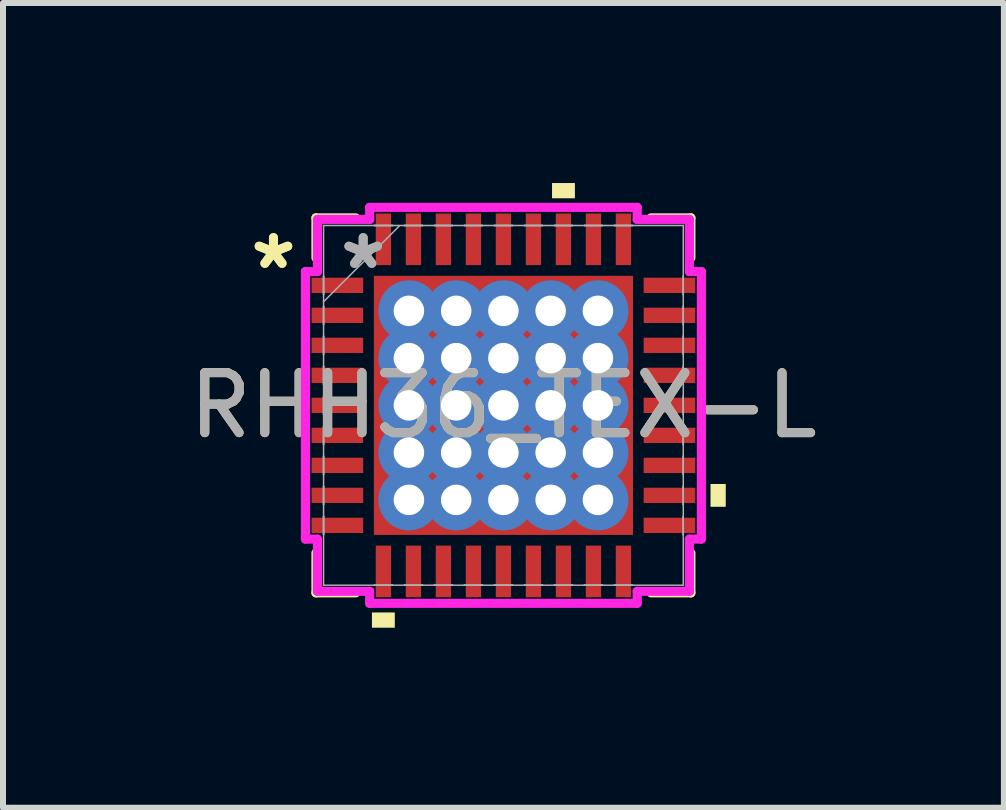
<source format=kicad_pcb>
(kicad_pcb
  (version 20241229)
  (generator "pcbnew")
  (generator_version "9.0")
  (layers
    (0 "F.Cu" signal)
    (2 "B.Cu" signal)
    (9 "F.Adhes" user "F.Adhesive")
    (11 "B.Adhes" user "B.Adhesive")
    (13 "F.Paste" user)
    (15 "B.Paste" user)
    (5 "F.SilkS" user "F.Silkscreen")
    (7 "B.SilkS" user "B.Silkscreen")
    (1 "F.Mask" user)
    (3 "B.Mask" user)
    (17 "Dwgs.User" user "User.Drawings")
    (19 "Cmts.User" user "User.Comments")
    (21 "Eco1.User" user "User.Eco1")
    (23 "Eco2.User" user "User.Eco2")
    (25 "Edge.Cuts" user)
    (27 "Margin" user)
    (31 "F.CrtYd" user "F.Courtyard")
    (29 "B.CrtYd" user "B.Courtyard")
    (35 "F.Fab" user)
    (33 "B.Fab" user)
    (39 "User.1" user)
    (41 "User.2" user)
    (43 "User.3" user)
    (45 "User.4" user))
  (footprint "RHH36_TEX-L"
    (layer "F.Cu")
    (at 5.339 3.705)
    (property "Reference" "RHH36_TEX-L" (at 0 0 0) (unlocked yes) (layer "F.SilkS") (effects (font (size 1 1) (thickness 0.15))))
    (attr smd)
    (fp_poly (pts (xy -2.223 -2.223) (xy -1.775 -2.223) (xy -1.775 2.223) (xy -2.223 2.223)) (stroke (width 0) (type solid)) (fill yes) (layer "F.Mask"))
    (fp_poly (pts (xy -2.223 -2.223) (xy 2.223 -2.223) (xy 2.223 -1.775) (xy -2.223 -1.775)) (stroke (width 0) (type solid)) (fill yes) (layer "F.Mask"))
    (fp_poly (pts (xy -2.223 -1.375) (xy 2.223 -1.375) (xy 2.223 -0.987) (xy -2.223 -0.987)) (stroke (width 0) (type solid)) (fill yes) (layer "F.Mask"))
    (fp_poly (pts (xy -2.223 -0.587) (xy 2.223 -0.587) (xy 2.223 -0.2) (xy -2.223 -0.2)) (stroke (width 0) (type solid)) (fill yes) (layer "F.Mask"))
    (fp_poly (pts (xy -2.223 0.2) (xy 2.223 0.2) (xy 2.223 0.587) (xy -2.223 0.587)) (stroke (width 0) (type solid)) (fill yes) (layer "F.Mask"))
    (fp_poly (pts (xy -2.223 0.987) (xy 2.223 0.987) (xy 2.223 1.375) (xy -2.223 1.375)) (stroke (width 0) (type solid)) (fill yes) (layer "F.Mask"))
    (fp_poly (pts (xy -2.223 1.775) (xy 2.223 1.775) (xy 2.223 2.223) (xy -2.223 2.223)) (stroke (width 0) (type solid)) (fill yes) (layer "F.Mask"))
    (fp_poly (pts (xy -0.987 -2.223) (xy -1.375 -2.223) (xy -1.375 2.223) (xy -0.987 2.223)) (stroke (width 0) (type solid)) (fill yes) (layer "F.Mask"))
    (fp_poly (pts (xy -0.2 -2.223) (xy -0.587 -2.223) (xy -0.587 2.223) (xy -0.2 2.223)) (stroke (width 0) (type solid)) (fill yes) (layer "F.Mask"))
    (fp_poly (pts (xy 0.587 -2.223) (xy 0.2 -2.223) (xy 0.2 2.223) (xy 0.587 2.223)) (stroke (width 0) (type solid)) (fill yes) (layer "F.Mask"))
    (fp_poly (pts (xy 1.375 -2.223) (xy 0.987 -2.223) (xy 0.987 2.223) (xy 1.375 2.223)) (stroke (width 0) (type solid)) (fill yes) (layer "F.Mask"))
    (fp_poly (pts (xy 1.775 -2.223) (xy 2.223 -2.223) (xy 2.223 2.223) (xy 1.775 2.223)) (stroke (width 0) (type solid)) (fill yes) (layer "F.Mask"))
    (fp_line (start -3.124 -3.124) (end -3.124 -2.46) (stroke (width 0.152) (type solid)) (layer "F.SilkS"))
    (fp_line (start -3.124 2.46) (end -3.124 3.124) (stroke (width 0.152) (type solid)) (layer "F.SilkS"))
    (fp_line (start -3.124 3.124) (end -2.46 3.124) (stroke (width 0.152) (type solid)) (layer "F.SilkS"))
    (fp_line (start -2.46 -3.124) (end -3.124 -3.124) (stroke (width 0.152) (type solid)) (layer "F.SilkS"))
    (fp_line (start 2.46 3.124) (end 3.124 3.124) (stroke (width 0.152) (type solid)) (layer "F.SilkS"))
    (fp_line (start 3.124 -3.124) (end 2.46 -3.124) (stroke (width 0.152) (type solid)) (layer "F.SilkS"))
    (fp_line (start 3.124 -2.46) (end 3.124 -3.124) (stroke (width 0.152) (type solid)) (layer "F.SilkS"))
    (fp_line (start 3.124 3.124) (end 3.124 2.46) (stroke (width 0.152) (type solid)) (layer "F.SilkS"))
    (fp_poly (pts (xy -2.191 3.451) (xy -2.191 3.705) (xy -1.81 3.705) (xy -1.81 3.451)) (stroke (width 0) (type solid)) (fill yes) (layer "F.SilkS"))
    (fp_poly (pts (xy 0.81 -3.451) (xy 0.81 -3.705) (xy 1.191 -3.705) (xy 1.191 -3.451)) (stroke (width 0) (type solid)) (fill yes) (layer "F.SilkS"))
    (fp_poly (pts (xy 3.705 1.31) (xy 3.705 1.69) (xy 3.451 1.69) (xy 3.451 1.31)) (stroke (width 0) (type solid)) (fill yes) (layer "F.SilkS"))
    (fp_poly (pts (xy -2.084 -2.084) (xy -2.084 -1.675) (xy -1.816 -1.675) (xy -1.675 -1.816) (xy -1.675 -2.084)) (stroke (width 0) (type solid)) (fill yes) (layer "F.Paste"))
    (fp_poly (pts (xy -2.084 1.675) (xy -2.084 2.084) (xy -1.675 2.084) (xy -1.675 1.816) (xy -1.816 1.675)) (stroke (width 0) (type solid)) (fill yes) (layer "F.Paste"))
    (fp_poly (pts (xy 1.675 -2.084) (xy 1.675 -1.816) (xy 1.816 -1.675) (xy 2.084 -1.675) (xy 2.084 -2.084)) (stroke (width 0) (type solid)) (fill yes) (layer "F.Paste"))
    (fp_poly (pts (xy 1.816 1.675) (xy 1.675 1.816) (xy 1.675 2.084) (xy 2.084 2.084) (xy 2.084 1.675)) (stroke (width 0) (type solid)) (fill yes) (layer "F.Paste"))
    (fp_poly (pts (xy -2.084 -1.475) (xy -2.084 -0.887) (xy -1.816 -0.887) (xy -1.675 -1.029) (xy -1.675 -1.333) (xy -1.816 -1.475)) (stroke (width 0) (type solid)) (fill yes) (layer "F.Paste"))
    (fp_poly (pts (xy -2.084 -0.687) (xy -2.084 -0.1) (xy -1.816 -0.1) (xy -1.675 -0.241) (xy -1.675 -0.546) (xy -1.816 -0.687)) (stroke (width 0) (type solid)) (fill yes) (layer "F.Paste"))
    (fp_poly (pts (xy -2.084 0.1) (xy -2.084 0.687) (xy -1.816 0.687) (xy -1.675 0.546) (xy -1.675 0.241) (xy -1.816 0.1)) (stroke (width 0) (type solid)) (fill yes) (layer "F.Paste"))
    (fp_poly (pts (xy -2.084 0.887) (xy -2.084 1.475) (xy -1.816 1.475) (xy -1.675 1.333) (xy -1.675 1.029) (xy -1.816 0.887)) (stroke (width 0) (type solid)) (fill yes) (layer "F.Paste"))
    (fp_poly (pts (xy -1.475 -2.084) (xy -1.475 -1.816) (xy -1.333 -1.675) (xy -1.029 -1.675) (xy -0.887 -1.816) (xy -0.887 -2.084)) (stroke (width 0) (type solid)) (fill yes) (layer "F.Paste"))
    (fp_poly (pts (xy -1.333 1.675) (xy -1.475 1.816) (xy -1.475 2.084) (xy -0.887 2.084) (xy -0.887 1.816) (xy -1.029 1.675)) (stroke (width 0) (type solid)) (fill yes) (layer "F.Paste"))
    (fp_poly (pts (xy -0.687 -2.084) (xy -0.687 -1.816) (xy -0.546 -1.675) (xy -0.241 -1.675) (xy -0.1 -1.816) (xy -0.1 -2.084)) (stroke (width 0) (type solid)) (fill yes) (layer "F.Paste"))
    (fp_poly (pts (xy -0.546 1.675) (xy -0.687 1.816) (xy -0.687 2.084) (xy -0.1 2.084) (xy -0.1 1.816) (xy -0.241 1.675)) (stroke (width 0) (type solid)) (fill yes) (layer "F.Paste"))
    (fp_poly (pts (xy 0.1 -2.084) (xy 0.1 -1.816) (xy 0.241 -1.675) (xy 0.546 -1.675) (xy 0.687 -1.816) (xy 0.687 -2.084)) (stroke (width 0) (type solid)) (fill yes) (layer "F.Paste"))
    (fp_poly (pts (xy 0.241 1.675) (xy 0.1 1.816) (xy 0.1 2.084) (xy 0.687 2.084) (xy 0.687 1.816) (xy 0.546 1.675)) (stroke (width 0) (type solid)) (fill yes) (layer "F.Paste"))
    (fp_poly (pts (xy 0.887 -2.084) (xy 0.887 -1.816) (xy 1.029 -1.675) (xy 1.333 -1.675) (xy 1.475 -1.816) (xy 1.475 -2.084)) (stroke (width 0) (type solid)) (fill yes) (layer "F.Paste"))
    (fp_poly (pts (xy 1.029 1.675) (xy 0.887 1.816) (xy 0.887 2.084) (xy 1.475 2.084) (xy 1.475 1.816) (xy 1.333 1.675)) (stroke (width 0) (type solid)) (fill yes) (layer "F.Paste"))
    (fp_poly (pts (xy 1.816 -1.475) (xy 1.675 -1.333) (xy 1.675 -1.029) (xy 1.816 -0.887) (xy 2.084 -0.887) (xy 2.084 -1.475)) (stroke (width 0) (type solid)) (fill yes) (layer "F.Paste"))
    (fp_poly (pts (xy 1.816 -0.687) (xy 1.675 -0.546) (xy 1.675 -0.241) (xy 1.816 -0.1) (xy 2.084 -0.1) (xy 2.084 -0.687)) (stroke (width 0) (type solid)) (fill yes) (layer "F.Paste"))
    (fp_poly (pts (xy 1.816 0.1) (xy 1.675 0.241) (xy 1.675 0.546) (xy 1.816 0.687) (xy 2.084 0.687) (xy 2.084 0.1)) (stroke (width 0) (type solid)) (fill yes) (layer "F.Paste"))
    (fp_poly (pts (xy 1.816 0.887) (xy 1.675 1.029) (xy 1.675 1.333) (xy 1.816 1.475) (xy 2.084 1.475) (xy 2.084 0.887)) (stroke (width 0) (type solid)) (fill yes) (layer "F.Paste"))
    (fp_poly (pts (xy -1.333 -1.475) (xy -1.475 -1.333) (xy -1.475 -1.029) (xy -1.333 -0.887) (xy -1.029 -0.887) (xy -0.887 -1.029) (xy -0.887 -1.333) (xy -1.029 -1.475)) (stroke (width 0) (type solid)) (fill yes) (layer "F.Paste"))
    (fp_poly (pts (xy -1.333 -0.687) (xy -1.475 -0.546) (xy -1.475 -0.241) (xy -1.333 -0.1) (xy -1.029 -0.1) (xy -0.887 -0.241) (xy -0.887 -0.546) (xy -1.029 -0.687)) (stroke (width 0) (type solid)) (fill yes) (layer "F.Paste"))
    (fp_poly (pts (xy -1.333 0.1) (xy -1.475 0.241) (xy -1.475 0.546) (xy -1.333 0.687) (xy -1.029 0.687) (xy -0.887 0.546) (xy -0.887 0.241) (xy -1.029 0.1)) (stroke (width 0) (type solid)) (fill yes) (layer "F.Paste"))
    (fp_poly (pts (xy -1.333 0.887) (xy -1.475 1.029) (xy -1.475 1.333) (xy -1.333 1.475) (xy -1.029 1.475) (xy -0.887 1.333) (xy -0.887 1.029) (xy -1.029 0.887)) (stroke (width 0) (type solid)) (fill yes) (layer "F.Paste"))
    (fp_poly (pts (xy -0.546 -1.475) (xy -0.687 -1.333) (xy -0.687 -1.029) (xy -0.546 -0.887) (xy -0.241 -0.887) (xy -0.1 -1.029) (xy -0.1 -1.333) (xy -0.241 -1.475)) (stroke (width 0) (type solid)) (fill yes) (layer "F.Paste"))
    (fp_poly (pts (xy -0.546 -0.687) (xy -0.687 -0.546) (xy -0.687 -0.241) (xy -0.546 -0.1) (xy -0.241 -0.1) (xy -0.1 -0.241) (xy -0.1 -0.546) (xy -0.241 -0.687)) (stroke (width 0) (type solid)) (fill yes) (layer "F.Paste"))
    (fp_poly (pts (xy -0.546 0.1) (xy -0.687 0.241) (xy -0.687 0.546) (xy -0.546 0.687) (xy -0.241 0.687) (xy -0.1 0.546) (xy -0.1 0.241) (xy -0.241 0.1)) (stroke (width 0) (type solid)) (fill yes) (layer "F.Paste"))
    (fp_poly (pts (xy -0.546 0.887) (xy -0.687 1.029) (xy -0.687 1.333) (xy -0.546 1.475) (xy -0.241 1.475) (xy -0.1 1.333) (xy -0.1 1.029) (xy -0.241 0.887)) (stroke (width 0) (type solid)) (fill yes) (layer "F.Paste"))
    (fp_poly (pts (xy 0.241 -1.475) (xy 0.1 -1.333) (xy 0.1 -1.029) (xy 0.241 -0.887) (xy 0.546 -0.887) (xy 0.687 -1.029) (xy 0.687 -1.333) (xy 0.546 -1.475)) (stroke (width 0) (type solid)) (fill yes) (layer "F.Paste"))
    (fp_poly (pts (xy 0.241 -0.687) (xy 0.1 -0.546) (xy 0.1 -0.241) (xy 0.241 -0.1) (xy 0.546 -0.1) (xy 0.687 -0.241) (xy 0.687 -0.546) (xy 0.546 -0.687)) (stroke (width 0) (type solid)) (fill yes) (layer "F.Paste"))
    (fp_poly (pts (xy 0.241 0.1) (xy 0.1 0.241) (xy 0.1 0.546) (xy 0.241 0.687) (xy 0.546 0.687) (xy 0.687 0.546) (xy 0.687 0.241) (xy 0.546 0.1)) (stroke (width 0) (type solid)) (fill yes) (layer "F.Paste"))
    (fp_poly (pts (xy 0.241 0.887) (xy 0.1 1.029) (xy 0.1 1.333) (xy 0.241 1.475) (xy 0.546 1.475) (xy 0.687 1.333) (xy 0.687 1.029) (xy 0.546 0.887)) (stroke (width 0) (type solid)) (fill yes) (layer "F.Paste"))
    (fp_poly (pts (xy 1.029 -1.475) (xy 0.887 -1.333) (xy 0.887 -1.029) (xy 1.029 -0.887) (xy 1.333 -0.887) (xy 1.475 -1.029) (xy 1.475 -1.333) (xy 1.333 -1.475)) (stroke (width 0) (type solid)) (fill yes) (layer "F.Paste"))
    (fp_poly (pts (xy 1.029 -0.687) (xy 0.887 -0.546) (xy 0.887 -0.241) (xy 1.029 -0.1) (xy 1.333 -0.1) (xy 1.475 -0.241) (xy 1.475 -0.546) (xy 1.333 -0.687)) (stroke (width 0) (type solid)) (fill yes) (layer "F.Paste"))
    (fp_poly (pts (xy 1.029 0.1) (xy 0.887 0.241) (xy 0.887 0.546) (xy 1.029 0.687) (xy 1.333 0.687) (xy 1.475 0.546) (xy 1.475 0.241) (xy 1.333 0.1)) (stroke (width 0) (type solid)) (fill yes) (layer "F.Paste"))
    (fp_poly (pts (xy 1.029 0.887) (xy 0.887 1.029) (xy 0.887 1.333) (xy 1.029 1.475) (xy 1.333 1.475) (xy 1.475 1.333) (xy 1.475 1.029) (xy 1.333 0.887)) (stroke (width 0) (type solid)) (fill yes) (layer "F.Paste"))
    (fp_line (start -3.299 -2.229) (end -3.099 -2.229) (stroke (width 0.152) (type solid)) (layer "F.CrtYd"))
    (fp_line (start -3.299 2.229) (end -3.299 -2.229) (stroke (width 0.152) (type solid)) (layer "F.CrtYd"))
    (fp_line (start -3.099 -3.099) (end -2.229 -3.099) (stroke (width 0.152) (type solid)) (layer "F.CrtYd"))
    (fp_line (start -3.099 -2.229) (end -3.099 -3.099) (stroke (width 0.152) (type solid)) (layer "F.CrtYd"))
    (fp_line (start -3.099 2.229) (end -3.299 2.229) (stroke (width 0.152) (type solid)) (layer "F.CrtYd"))
    (fp_line (start -3.099 3.099) (end -3.099 2.229) (stroke (width 0.152) (type solid)) (layer "F.CrtYd"))
    (fp_line (start -2.229 -3.299) (end 2.229 -3.299) (stroke (width 0.152) (type solid)) (layer "F.CrtYd"))
    (fp_line (start -2.229 -3.099) (end -2.229 -3.299) (stroke (width 0.152) (type solid)) (layer "F.CrtYd"))
    (fp_line (start -2.229 3.099) (end -3.099 3.099) (stroke (width 0.152) (type solid)) (layer "F.CrtYd"))
    (fp_line (start -2.229 3.299) (end -2.229 3.099) (stroke (width 0.152) (type solid)) (layer "F.CrtYd"))
    (fp_line (start 2.229 -3.299) (end 2.229 -3.099) (stroke (width 0.152) (type solid)) (layer "F.CrtYd"))
    (fp_line (start 2.229 -3.099) (end 3.099 -3.099) (stroke (width 0.152) (type solid)) (layer "F.CrtYd"))
    (fp_line (start 2.229 3.099) (end 2.229 3.299) (stroke (width 0.152) (type solid)) (layer "F.CrtYd"))
    (fp_line (start 2.229 3.299) (end -2.229 3.299) (stroke (width 0.152) (type solid)) (layer "F.CrtYd"))
    (fp_line (start 3.099 -3.099) (end 3.099 -2.229) (stroke (width 0.152) (type solid)) (layer "F.CrtYd"))
    (fp_line (start 3.099 -2.229) (end 3.299 -2.229) (stroke (width 0.152) (type solid)) (layer "F.CrtYd"))
    (fp_line (start 3.099 2.229) (end 3.099 3.099) (stroke (width 0.152) (type solid)) (layer "F.CrtYd"))
    (fp_line (start 3.099 3.099) (end 2.229 3.099) (stroke (width 0.152) (type solid)) (layer "F.CrtYd"))
    (fp_line (start 3.299 -2.229) (end 3.299 2.229) (stroke (width 0.152) (type solid)) (layer "F.CrtYd"))
    (fp_line (start 3.299 2.229) (end 3.099 2.229) (stroke (width 0.152) (type solid)) (layer "F.CrtYd"))
    (fp_line (start -2.997 -2.997) (end -2.997 -2.997) (stroke (width 0.025) (type solid)) (layer "F.Fab"))
    (fp_line (start -2.997 -2.997) (end -2.997 2.997) (stroke (width 0.025) (type solid)) (layer "F.Fab"))
    (fp_line (start -2.997 -2.152) (end -2.997 -2.152) (stroke (width 0.025) (type solid)) (layer "F.Fab"))
    (fp_line (start -2.997 -2.152) (end -2.997 -1.848) (stroke (width 0.025) (type solid)) (layer "F.Fab"))
    (fp_line (start -2.997 -1.848) (end -2.997 -2.152) (stroke (width 0.025) (type solid)) (layer "F.Fab"))
    (fp_line (start -2.997 -1.848) (end -2.997 -1.848) (stroke (width 0.025) (type solid)) (layer "F.Fab"))
    (fp_line (start -2.997 -1.727) (end -1.727 -2.997) (stroke (width 0.025) (type solid)) (layer "F.Fab"))
    (fp_line (start -2.997 -1.652) (end -2.997 -1.652) (stroke (width 0.025) (type solid)) (layer "F.Fab"))
    (fp_line (start -2.997 -1.652) (end -2.997 -1.348) (stroke (width 0.025) (type solid)) (layer "F.Fab"))
    (fp_line (start -2.997 -1.348) (end -2.997 -1.652) (stroke (width 0.025) (type solid)) (layer "F.Fab"))
    (fp_line (start -2.997 -1.348) (end -2.997 -1.348) (stroke (width 0.025) (type solid)) (layer "F.Fab"))
    (fp_line (start -2.997 -1.152) (end -2.997 -1.152) (stroke (width 0.025) (type solid)) (layer "F.Fab"))
    (fp_line (start -2.997 -1.152) (end -2.997 -0.848) (stroke (width 0.025) (type solid)) (layer "F.Fab"))
    (fp_line (start -2.997 -0.848) (end -2.997 -1.152) (stroke (width 0.025) (type solid)) (layer "F.Fab"))
    (fp_line (start -2.997 -0.848) (end -2.997 -0.848) (stroke (width 0.025) (type solid)) (layer "F.Fab"))
    (fp_line (start -2.997 -0.652) (end -2.997 -0.652) (stroke (width 0.025) (type solid)) (layer "F.Fab"))
    (fp_line (start -2.997 -0.652) (end -2.997 -0.348) (stroke (width 0.025) (type solid)) (layer "F.Fab"))
    (fp_line (start -2.997 -0.348) (end -2.997 -0.652) (stroke (width 0.025) (type solid)) (layer "F.Fab"))
    (fp_line (start -2.997 -0.348) (end -2.997 -0.348) (stroke (width 0.025) (type solid)) (layer "F.Fab"))
    (fp_line (start -2.997 -0.152) (end -2.997 -0.152) (stroke (width 0.025) (type solid)) (layer "F.Fab"))
    (fp_line (start -2.997 -0.152) (end -2.997 0.152) (stroke (width 0.025) (type solid)) (layer "F.Fab"))
    (fp_line (start -2.997 0.152) (end -2.997 -0.152) (stroke (width 0.025) (type solid)) (layer "F.Fab"))
    (fp_line (start -2.997 0.152) (end -2.997 0.152) (stroke (width 0.025) (type solid)) (layer "F.Fab"))
    (fp_line (start -2.997 0.348) (end -2.997 0.348) (stroke (width 0.025) (type solid)) (layer "F.Fab"))
    (fp_line (start -2.997 0.348) (end -2.997 0.652) (stroke (width 0.025) (type solid)) (layer "F.Fab"))
    (fp_line (start -2.997 0.652) (end -2.997 0.348) (stroke (width 0.025) (type solid)) (layer "F.Fab"))
    (fp_line (start -2.997 0.652) (end -2.997 0.652) (stroke (width 0.025) (type solid)) (layer "F.Fab"))
    (fp_line (start -2.997 0.848) (end -2.997 0.848) (stroke (width 0.025) (type solid)) (layer "F.Fab"))
    (fp_line (start -2.997 0.848) (end -2.997 1.152) (stroke (width 0.025) (type solid)) (layer "F.Fab"))
    (fp_line (start -2.997 1.152) (end -2.997 0.848) (stroke (width 0.025) (type solid)) (layer "F.Fab"))
    (fp_line (start -2.997 1.152) (end -2.997 1.152) (stroke (width 0.025) (type solid)) (layer "F.Fab"))
    (fp_line (start -2.997 1.348) (end -2.997 1.348) (stroke (width 0.025) (type solid)) (layer "F.Fab"))
    (fp_line (start -2.997 1.348) (end -2.997 1.652) (stroke (width 0.025) (type solid)) (layer "F.Fab"))
    (fp_line (start -2.997 1.652) (end -2.997 1.348) (stroke (width 0.025) (type solid)) (layer "F.Fab"))
    (fp_line (start -2.997 1.652) (end -2.997 1.652) (stroke (width 0.025) (type solid)) (layer "F.Fab"))
    (fp_line (start -2.997 1.848) (end -2.997 1.848) (stroke (width 0.025) (type solid)) (layer "F.Fab"))
    (fp_line (start -2.997 1.848) (end -2.997 2.152) (stroke (width 0.025) (type solid)) (layer "F.Fab"))
    (fp_line (start -2.997 2.152) (end -2.997 1.848) (stroke (width 0.025) (type solid)) (layer "F.Fab"))
    (fp_line (start -2.997 2.152) (end -2.997 2.152) (stroke (width 0.025) (type solid)) (layer "F.Fab"))
    (fp_line (start -2.997 2.997) (end -2.997 2.997) (stroke (width 0.025) (type solid)) (layer "F.Fab"))
    (fp_line (start -2.997 2.997) (end 2.997 2.997) (stroke (width 0.025) (type solid)) (layer "F.Fab"))
    (fp_line (start -2.152 -2.997) (end -2.152 -2.997) (stroke (width 0.025) (type solid)) (layer "F.Fab"))
    (fp_line (start -2.152 -2.997) (end -1.848 -2.997) (stroke (width 0.025) (type solid)) (layer "F.Fab"))
    (fp_line (start -2.152 2.997) (end -2.152 2.997) (stroke (width 0.025) (type solid)) (layer "F.Fab"))
    (fp_line (start -2.152 2.997) (end -1.848 2.997) (stroke (width 0.025) (type solid)) (layer "F.Fab"))
    (fp_line (start -1.848 -2.997) (end -2.152 -2.997) (stroke (width 0.025) (type solid)) (layer "F.Fab"))
    (fp_line (start -1.848 -2.997) (end -1.848 -2.997) (stroke (width 0.025) (type solid)) (layer "F.Fab"))
    (fp_line (start -1.848 2.997) (end -2.152 2.997) (stroke (width 0.025) (type solid)) (layer "F.Fab"))
    (fp_line (start -1.848 2.997) (end -1.848 2.997) (stroke (width 0.025) (type solid)) (layer "F.Fab"))
    (fp_line (start -1.652 -2.997) (end -1.652 -2.997) (stroke (width 0.025) (type solid)) (layer "F.Fab"))
    (fp_line (start -1.652 -2.997) (end -1.348 -2.997) (stroke (width 0.025) (type solid)) (layer "F.Fab"))
    (fp_line (start -1.652 2.997) (end -1.652 2.997) (stroke (width 0.025) (type solid)) (layer "F.Fab"))
    (fp_line (start -1.652 2.997) (end -1.348 2.997) (stroke (width 0.025) (type solid)) (layer "F.Fab"))
    (fp_line (start -1.348 -2.997) (end -1.652 -2.997) (stroke (width 0.025) (type solid)) (layer "F.Fab"))
    (fp_line (start -1.348 -2.997) (end -1.348 -2.997) (stroke (width 0.025) (type solid)) (layer "F.Fab"))
    (fp_line (start -1.348 2.997) (end -1.652 2.997) (stroke (width 0.025) (type solid)) (layer "F.Fab"))
    (fp_line (start -1.348 2.997) (end -1.348 2.997) (stroke (width 0.025) (type solid)) (layer "F.Fab"))
    (fp_line (start -1.152 -2.997) (end -1.152 -2.997) (stroke (width 0.025) (type solid)) (layer "F.Fab"))
    (fp_line (start -1.152 -2.997) (end -0.848 -2.997) (stroke (width 0.025) (type solid)) (layer "F.Fab"))
    (fp_line (start -1.152 2.997) (end -1.152 2.997) (stroke (width 0.025) (type solid)) (layer "F.Fab"))
    (fp_line (start -1.152 2.997) (end -0.848 2.997) (stroke (width 0.025) (type solid)) (layer "F.Fab"))
    (fp_line (start -0.848 -2.997) (end -1.152 -2.997) (stroke (width 0.025) (type solid)) (layer "F.Fab"))
    (fp_line (start -0.848 -2.997) (end -0.848 -2.997) (stroke (width 0.025) (type solid)) (layer "F.Fab"))
    (fp_line (start -0.848 2.997) (end -1.152 2.997) (stroke (width 0.025) (type solid)) (layer "F.Fab"))
    (fp_line (start -0.848 2.997) (end -0.848 2.997) (stroke (width 0.025) (type solid)) (layer "F.Fab"))
    (fp_line (start -0.652 -2.997) (end -0.652 -2.997) (stroke (width 0.025) (type solid)) (layer "F.Fab"))
    (fp_line (start -0.652 -2.997) (end -0.348 -2.997) (stroke (width 0.025) (type solid)) (layer "F.Fab"))
    (fp_line (start -0.652 2.997) (end -0.652 2.997) (stroke (width 0.025) (type solid)) (layer "F.Fab"))
    (fp_line (start -0.652 2.997) (end -0.348 2.997) (stroke (width 0.025) (type solid)) (layer "F.Fab"))
    (fp_line (start -0.348 -2.997) (end -0.652 -2.997) (stroke (width 0.025) (type solid)) (layer "F.Fab"))
    (fp_line (start -0.348 -2.997) (end -0.348 -2.997) (stroke (width 0.025) (type solid)) (layer "F.Fab"))
    (fp_line (start -0.348 2.997) (end -0.652 2.997) (stroke (width 0.025) (type solid)) (layer "F.Fab"))
    (fp_line (start -0.348 2.997) (end -0.348 2.997) (stroke (width 0.025) (type solid)) (layer "F.Fab"))
    (fp_line (start -0.152 -2.997) (end -0.152 -2.997) (stroke (width 0.025) (type solid)) (layer "F.Fab"))
    (fp_line (start -0.152 -2.997) (end 0.152 -2.997) (stroke (width 0.025) (type solid)) (layer "F.Fab"))
    (fp_line (start -0.152 2.997) (end -0.152 2.997) (stroke (width 0.025) (type solid)) (layer "F.Fab"))
    (fp_line (start -0.152 2.997) (end 0.152 2.997) (stroke (width 0.025) (type solid)) (layer "F.Fab"))
    (fp_line (start 0.152 -2.997) (end -0.152 -2.997) (stroke (width 0.025) (type solid)) (layer "F.Fab"))
    (fp_line (start 0.152 -2.997) (end 0.152 -2.997) (stroke (width 0.025) (type solid)) (layer "F.Fab"))
    (fp_line (start 0.152 2.997) (end -0.152 2.997) (stroke (width 0.025) (type solid)) (layer "F.Fab"))
    (fp_line (start 0.152 2.997) (end 0.152 2.997) (stroke (width 0.025) (type solid)) (layer "F.Fab"))
    (fp_line (start 0.348 -2.997) (end 0.348 -2.997) (stroke (width 0.025) (type solid)) (layer "F.Fab"))
    (fp_line (start 0.348 -2.997) (end 0.652 -2.997) (stroke (width 0.025) (type solid)) (layer "F.Fab"))
    (fp_line (start 0.348 2.997) (end 0.348 2.997) (stroke (width 0.025) (type solid)) (layer "F.Fab"))
    (fp_line (start 0.348 2.997) (end 0.652 2.997) (stroke (width 0.025) (type solid)) (layer "F.Fab"))
    (fp_line (start 0.652 -2.997) (end 0.348 -2.997) (stroke (width 0.025) (type solid)) (layer "F.Fab"))
    (fp_line (start 0.652 -2.997) (end 0.652 -2.997) (stroke (width 0.025) (type solid)) (layer "F.Fab"))
    (fp_line (start 0.652 2.997) (end 0.348 2.997) (stroke (width 0.025) (type solid)) (layer "F.Fab"))
    (fp_line (start 0.652 2.997) (end 0.652 2.997) (stroke (width 0.025) (type solid)) (layer "F.Fab"))
    (fp_line (start 0.848 -2.997) (end 0.848 -2.997) (stroke (width 0.025) (type solid)) (layer "F.Fab"))
    (fp_line (start 0.848 -2.997) (end 1.152 -2.997) (stroke (width 0.025) (type solid)) (layer "F.Fab"))
    (fp_line (start 0.848 2.997) (end 0.848 2.997) (stroke (width 0.025) (type solid)) (layer "F.Fab"))
    (fp_line (start 0.848 2.997) (end 1.152 2.997) (stroke (width 0.025) (type solid)) (layer "F.Fab"))
    (fp_line (start 1.152 -2.997) (end 0.848 -2.997) (stroke (width 0.025) (type solid)) (layer "F.Fab"))
    (fp_line (start 1.152 -2.997) (end 1.152 -2.997) (stroke (width 0.025) (type solid)) (layer "F.Fab"))
    (fp_line (start 1.152 2.997) (end 0.848 2.997) (stroke (width 0.025) (type solid)) (layer "F.Fab"))
    (fp_line (start 1.152 2.997) (end 1.152 2.997) (stroke (width 0.025) (type solid)) (layer "F.Fab"))
    (fp_line (start 1.348 -2.997) (end 1.348 -2.997) (stroke (width 0.025) (type solid)) (layer "F.Fab"))
    (fp_line (start 1.348 -2.997) (end 1.652 -2.997) (stroke (width 0.025) (type solid)) (layer "F.Fab"))
    (fp_line (start 1.348 2.997) (end 1.348 2.997) (stroke (width 0.025) (type solid)) (layer "F.Fab"))
    (fp_line (start 1.348 2.997) (end 1.652 2.997) (stroke (width 0.025) (type solid)) (layer "F.Fab"))
    (fp_line (start 1.652 -2.997) (end 1.348 -2.997) (stroke (width 0.025) (type solid)) (layer "F.Fab"))
    (fp_line (start 1.652 -2.997) (end 1.652 -2.997) (stroke (width 0.025) (type solid)) (layer "F.Fab"))
    (fp_line (start 1.652 2.997) (end 1.348 2.997) (stroke (width 0.025) (type solid)) (layer "F.Fab"))
    (fp_line (start 1.652 2.997) (end 1.652 2.997) (stroke (width 0.025) (type solid)) (layer "F.Fab"))
    (fp_line (start 1.848 -2.997) (end 1.848 -2.997) (stroke (width 0.025) (type solid)) (layer "F.Fab"))
    (fp_line (start 1.848 -2.997) (end 2.152 -2.997) (stroke (width 0.025) (type solid)) (layer "F.Fab"))
    (fp_line (start 1.848 2.997) (end 1.848 2.997) (stroke (width 0.025) (type solid)) (layer "F.Fab"))
    (fp_line (start 1.848 2.997) (end 2.152 2.997) (stroke (width 0.025) (type solid)) (layer "F.Fab"))
    (fp_line (start 2.152 -2.997) (end 1.848 -2.997) (stroke (width 0.025) (type solid)) (layer "F.Fab"))
    (fp_line (start 2.152 -2.997) (end 2.152 -2.997) (stroke (width 0.025) (type solid)) (layer "F.Fab"))
    (fp_line (start 2.152 2.997) (end 1.848 2.997) (stroke (width 0.025) (type solid)) (layer "F.Fab"))
    (fp_line (start 2.152 2.997) (end 2.152 2.997) (stroke (width 0.025) (type solid)) (layer "F.Fab"))
    (fp_line (start 2.997 -2.997) (end -2.997 -2.997) (stroke (width 0.025) (type solid)) (layer "F.Fab"))
    (fp_line (start 2.997 -2.997) (end 2.997 -2.997) (stroke (width 0.025) (type solid)) (layer "F.Fab"))
    (fp_line (start 2.997 -2.152) (end 2.997 -2.152) (stroke (width 0.025) (type solid)) (layer "F.Fab"))
    (fp_line (start 2.997 -2.152) (end 2.997 -1.848) (stroke (width 0.025) (type solid)) (layer "F.Fab"))
    (fp_line (start 2.997 -1.848) (end 2.997 -2.152) (stroke (width 0.025) (type solid)) (layer "F.Fab"))
    (fp_line (start 2.997 -1.848) (end 2.997 -1.848) (stroke (width 0.025) (type solid)) (layer "F.Fab"))
    (fp_line (start 2.997 -1.652) (end 2.997 -1.652) (stroke (width 0.025) (type solid)) (layer "F.Fab"))
    (fp_line (start 2.997 -1.652) (end 2.997 -1.348) (stroke (width 0.025) (type solid)) (layer "F.Fab"))
    (fp_line (start 2.997 -1.348) (end 2.997 -1.652) (stroke (width 0.025) (type solid)) (layer "F.Fab"))
    (fp_line (start 2.997 -1.348) (end 2.997 -1.348) (stroke (width 0.025) (type solid)) (layer "F.Fab"))
    (fp_line (start 2.997 -1.152) (end 2.997 -1.152) (stroke (width 0.025) (type solid)) (layer "F.Fab"))
    (fp_line (start 2.997 -1.152) (end 2.997 -0.848) (stroke (width 0.025) (type solid)) (layer "F.Fab"))
    (fp_line (start 2.997 -0.848) (end 2.997 -1.152) (stroke (width 0.025) (type solid)) (layer "F.Fab"))
    (fp_line (start 2.997 -0.848) (end 2.997 -0.848) (stroke (width 0.025) (type solid)) (layer "F.Fab"))
    (fp_line (start 2.997 -0.652) (end 2.997 -0.652) (stroke (width 0.025) (type solid)) (layer "F.Fab"))
    (fp_line (start 2.997 -0.652) (end 2.997 -0.348) (stroke (width 0.025) (type solid)) (layer "F.Fab"))
    (fp_line (start 2.997 -0.348) (end 2.997 -0.652) (stroke (width 0.025) (type solid)) (layer "F.Fab"))
    (fp_line (start 2.997 -0.348) (end 2.997 -0.348) (stroke (width 0.025) (type solid)) (layer "F.Fab"))
    (fp_line (start 2.997 -0.152) (end 2.997 -0.152) (stroke (width 0.025) (type solid)) (layer "F.Fab"))
    (fp_line (start 2.997 -0.152) (end 2.997 0.152) (stroke (width 0.025) (type solid)) (layer "F.Fab"))
    (fp_line (start 2.997 0.152) (end 2.997 -0.152) (stroke (width 0.025) (type solid)) (layer "F.Fab"))
    (fp_line (start 2.997 0.152) (end 2.997 0.152) (stroke (width 0.025) (type solid)) (layer "F.Fab"))
    (fp_line (start 2.997 0.348) (end 2.997 0.348) (stroke (width 0.025) (type solid)) (layer "F.Fab"))
    (fp_line (start 2.997 0.348) (end 2.997 0.652) (stroke (width 0.025) (type solid)) (layer "F.Fab"))
    (fp_line (start 2.997 0.652) (end 2.997 0.348) (stroke (width 0.025) (type solid)) (layer "F.Fab"))
    (fp_line (start 2.997 0.652) (end 2.997 0.652) (stroke (width 0.025) (type solid)) (layer "F.Fab"))
    (fp_line (start 2.997 0.848) (end 2.997 0.848) (stroke (width 0.025) (type solid)) (layer "F.Fab"))
    (fp_line (start 2.997 0.848) (end 2.997 1.152) (stroke (width 0.025) (type solid)) (layer "F.Fab"))
    (fp_line (start 2.997 1.152) (end 2.997 0.848) (stroke (width 0.025) (type solid)) (layer "F.Fab"))
    (fp_line (start 2.997 1.152) (end 2.997 1.152) (stroke (width 0.025) (type solid)) (layer "F.Fab"))
    (fp_line (start 2.997 1.348) (end 2.997 1.348) (stroke (width 0.025) (type solid)) (layer "F.Fab"))
    (fp_line (start 2.997 1.348) (end 2.997 1.652) (stroke (width 0.025) (type solid)) (layer "F.Fab"))
    (fp_line (start 2.997 1.652) (end 2.997 1.348) (stroke (width 0.025) (type solid)) (layer "F.Fab"))
    (fp_line (start 2.997 1.652) (end 2.997 1.652) (stroke (width 0.025) (type solid)) (layer "F.Fab"))
    (fp_line (start 2.997 1.848) (end 2.997 1.848) (stroke (width 0.025) (type solid)) (layer "F.Fab"))
    (fp_line (start 2.997 1.848) (end 2.997 2.152) (stroke (width 0.025) (type solid)) (layer "F.Fab"))
    (fp_line (start 2.997 2.152) (end 2.997 1.848) (stroke (width 0.025) (type solid)) (layer "F.Fab"))
    (fp_line (start 2.997 2.152) (end 2.997 2.152) (stroke (width 0.025) (type solid)) (layer "F.Fab"))
    (fp_line (start 2.997 2.997) (end 2.997 -2.997) (stroke (width 0.025) (type solid)) (layer "F.Fab"))
    (fp_line (start 2.997 2.997) (end 2.997 2.997) (stroke (width 0.025) (type solid)) (layer "F.Fab"))
    (fp_text user "*" (at -3.832 -2.25 0) (unlocked yes) (layer "F.SilkS") (effects (font (size 1 1) (thickness 0.15))))
    (fp_text user "*" (at -3.832 -2.25 0) (layer "F.SilkS") (effects (font (size 1 1) (thickness 0.15))))
    (fp_text user "*" (at -2.337 -2.25 0) (unlocked yes) (layer "F.Fab") (effects (font (size 1 1) (thickness 0.15))))
    (fp_text user "${REFERENCE}" (at 0 0 0) (unlocked yes) (layer "F.Fab") (effects (font (size 1 1) (thickness 0.15))))
    (fp_text user "*" (at -2.337 -2.25 0) (layer "F.Fab") (effects (font (size 1 1) (thickness 0.15))))
    (pad "1" smd rect (at -2.767 -2 90) (size 0.255 0.86) (layers "F.Cu" "F.Mask" "F.Paste"))
    (pad "2" smd rect (at -2.767 -1.5 90) (size 0.255 0.86) (layers "F.Cu" "F.Mask" "F.Paste"))
    (pad "3" smd rect (at -2.767 -1 90) (size 0.255 0.86) (layers "F.Cu" "F.Mask" "F.Paste"))
    (pad "4" smd rect (at -2.767 -0.5 90) (size 0.255 0.86) (layers "F.Cu" "F.Mask" "F.Paste"))
    (pad "5" smd rect (at -2.767 0 90) (size 0.255 0.86) (layers "F.Cu" "F.Mask" "F.Paste"))
    (pad "6" smd rect (at -2.767 0.5 90) (size 0.255 0.86) (layers "F.Cu" "F.Mask" "F.Paste"))
    (pad "7" smd rect (at -2.767 1 90) (size 0.255 0.86) (layers "F.Cu" "F.Mask" "F.Paste"))
    (pad "8" smd rect (at -2.767 1.5 90) (size 0.255 0.86) (layers "F.Cu" "F.Mask" "F.Paste"))
    (pad "9" smd rect (at -2.767 2 90) (size 0.255 0.86) (layers "F.Cu" "F.Mask" "F.Paste"))
    (pad "10" smd rect (at -2 2.767) (size 0.255 0.86) (layers "F.Cu" "F.Mask" "F.Paste"))
    (pad "11" smd rect (at -1.5 2.767) (size 0.255 0.86) (layers "F.Cu" "F.Mask" "F.Paste"))
    (pad "12" smd rect (at -1 2.767) (size 0.255 0.86) (layers "F.Cu" "F.Mask" "F.Paste"))
    (pad "13" smd rect (at -0.5 2.767) (size 0.255 0.86) (layers "F.Cu" "F.Mask" "F.Paste"))
    (pad "14" smd rect (at 0 2.767) (size 0.255 0.86) (layers "F.Cu" "F.Mask" "F.Paste"))
    (pad "15" smd rect (at 0.5 2.767) (size 0.255 0.86) (layers "F.Cu" "F.Mask" "F.Paste"))
    (pad "16" smd rect (at 1 2.767) (size 0.255 0.86) (layers "F.Cu" "F.Mask" "F.Paste"))
    (pad "17" smd rect (at 1.5 2.767) (size 0.255 0.86) (layers "F.Cu" "F.Mask" "F.Paste"))
    (pad "18" smd rect (at 2 2.767) (size 0.255 0.86) (layers "F.Cu" "F.Mask" "F.Paste"))
    (pad "19" smd rect (at 2.767 2 90) (size 0.255 0.86) (layers "F.Cu" "F.Mask" "F.Paste"))
    (pad "20" smd rect (at 2.767 1.5 90) (size 0.255 0.86) (layers "F.Cu" "F.Mask" "F.Paste"))
    (pad "21" smd rect (at 2.767 1 90) (size 0.255 0.86) (layers "F.Cu" "F.Mask" "F.Paste"))
    (pad "22" smd rect (at 2.767 0.5 90) (size 0.255 0.86) (layers "F.Cu" "F.Mask" "F.Paste"))
    (pad "23" smd rect (at 2.767 0 90) (size 0.255 0.86) (layers "F.Cu" "F.Mask" "F.Paste"))
    (pad "24" smd rect (at 2.767 -0.5 90) (size 0.255 0.86) (layers "F.Cu" "F.Mask" "F.Paste"))
    (pad "25" smd rect (at 2.767 -1 90) (size 0.255 0.86) (layers "F.Cu" "F.Mask" "F.Paste"))
    (pad "26" smd rect (at 2.767 -1.5 90) (size 0.255 0.86) (layers "F.Cu" "F.Mask" "F.Paste"))
    (pad "27" smd rect (at 2.767 -2 90) (size 0.255 0.86) (layers "F.Cu" "F.Mask" "F.Paste"))
    (pad "28" smd rect (at 2 -2.767) (size 0.255 0.86) (layers "F.Cu" "F.Mask" "F.Paste"))
    (pad "29" smd rect (at 1.5 -2.767) (size 0.255 0.86) (layers "F.Cu" "F.Mask" "F.Paste"))
    (pad "30" smd rect (at 1 -2.767) (size 0.255 0.86) (layers "F.Cu" "F.Mask" "F.Paste"))
    (pad "31" smd rect (at 0.5 -2.767) (size 0.255 0.86) (layers "F.Cu" "F.Mask" "F.Paste"))
    (pad "32" smd rect (at 0 -2.767) (size 0.255 0.86) (layers "F.Cu" "F.Mask" "F.Paste"))
    (pad "33" smd rect (at -0.5 -2.767) (size 0.255 0.86) (layers "F.Cu" "F.Mask" "F.Paste"))
    (pad "34" smd rect (at -1 -2.767) (size 0.255 0.86) (layers "F.Cu" "F.Mask" "F.Paste"))
    (pad "35" smd rect (at -1.5 -2.767) (size 0.255 0.86) (layers "F.Cu" "F.Mask" "F.Paste"))
    (pad "36" smd rect (at -2 -2.767) (size 0.255 0.86) (layers "F.Cu" "F.Mask" "F.Paste"))
    (pad "37" smd rect (at 0 0) (size 4.318 4.318) (layers "F.Cu"))
    (pad "V" thru_hole circle (at -1.575 -1.575) (size 1.016 1.016) (drill 0.508) (layers "*.Cu" "*.Mask"))
    (pad "V" thru_hole circle (at -1.575 -0.787) (size 1.016 1.016) (drill 0.508) (layers "*.Cu" "*.Mask"))
    (pad "V" thru_hole circle (at -1.575 0) (size 1.016 1.016) (drill 0.508) (layers "*.Cu" "*.Mask"))
    (pad "V" thru_hole circle (at -1.575 0.787) (size 1.016 1.016) (drill 0.508) (layers "*.Cu" "*.Mask"))
    (pad "V" thru_hole circle (at -1.575 1.575) (size 1.016 1.016) (drill 0.508) (layers "*.Cu" "*.Mask"))
    (pad "V" thru_hole circle (at -0.787 -1.575) (size 1.016 1.016) (drill 0.508) (layers "*.Cu" "*.Mask"))
    (pad "V" thru_hole circle (at -0.787 -0.787) (size 1.016 1.016) (drill 0.508) (layers "*.Cu" "*.Mask"))
    (pad "V" thru_hole circle (at -0.787 0) (size 1.016 1.016) (drill 0.508) (layers "*.Cu" "*.Mask"))
    (pad "V" thru_hole circle (at -0.787 0.787) (size 1.016 1.016) (drill 0.508) (layers "*.Cu" "*.Mask"))
    (pad "V" thru_hole circle (at -0.787 1.575) (size 1.016 1.016) (drill 0.508) (layers "*.Cu" "*.Mask"))
    (pad "V" thru_hole circle (at 0 -1.575) (size 1.016 1.016) (drill 0.508) (layers "*.Cu" "*.Mask"))
    (pad "V" thru_hole circle (at 0 -0.787) (size 1.016 1.016) (drill 0.508) (layers "*.Cu" "*.Mask"))
    (pad "V" thru_hole circle (at 0 0) (size 1.016 1.016) (drill 0.508) (layers "*.Cu" "*.Mask"))
    (pad "V" thru_hole circle (at 0 0.787) (size 1.016 1.016) (drill 0.508) (layers "*.Cu" "*.Mask"))
    (pad "V" thru_hole circle (at 0 1.575) (size 1.016 1.016) (drill 0.508) (layers "*.Cu" "*.Mask"))
    (pad "V" thru_hole circle (at 0.787 -1.575) (size 1.016 1.016) (drill 0.508) (layers "*.Cu" "*.Mask"))
    (pad "V" thru_hole circle (at 0.787 -0.787) (size 1.016 1.016) (drill 0.508) (layers "*.Cu" "*.Mask"))
    (pad "V" thru_hole circle (at 0.787 0) (size 1.016 1.016) (drill 0.508) (layers "*.Cu" "*.Mask"))
    (pad "V" thru_hole circle (at 0.787 0.787) (size 1.016 1.016) (drill 0.508) (layers "*.Cu" "*.Mask"))
    (pad "V" thru_hole circle (at 0.787 1.575) (size 1.016 1.016) (drill 0.508) (layers "*.Cu" "*.Mask"))
    (pad "V" thru_hole circle (at 1.575 -1.575) (size 1.016 1.016) (drill 0.508) (layers "*.Cu" "*.Mask"))
    (pad "V" thru_hole circle (at 1.575 -0.787) (size 1.016 1.016) (drill 0.508) (layers "*.Cu" "*.Mask"))
    (pad "V" thru_hole circle (at 1.575 0) (size 1.016 1.016) (drill 0.508) (layers "*.Cu" "*.Mask"))
    (pad "V" thru_hole circle (at 1.575 0.787) (size 1.016 1.016) (drill 0.508) (layers "*.Cu" "*.Mask"))
    (pad "V" thru_hole circle (at 1.575 1.575) (size 1.016 1.016) (drill 0.508) (layers "*.Cu" "*.Mask")))
  (gr_rect
    (start -3 -3)
    (end 13.679 10.41)
    (stroke (width 0.1) (type default))
    (fill no)
    (layer "Edge.Cuts")))
</source>
